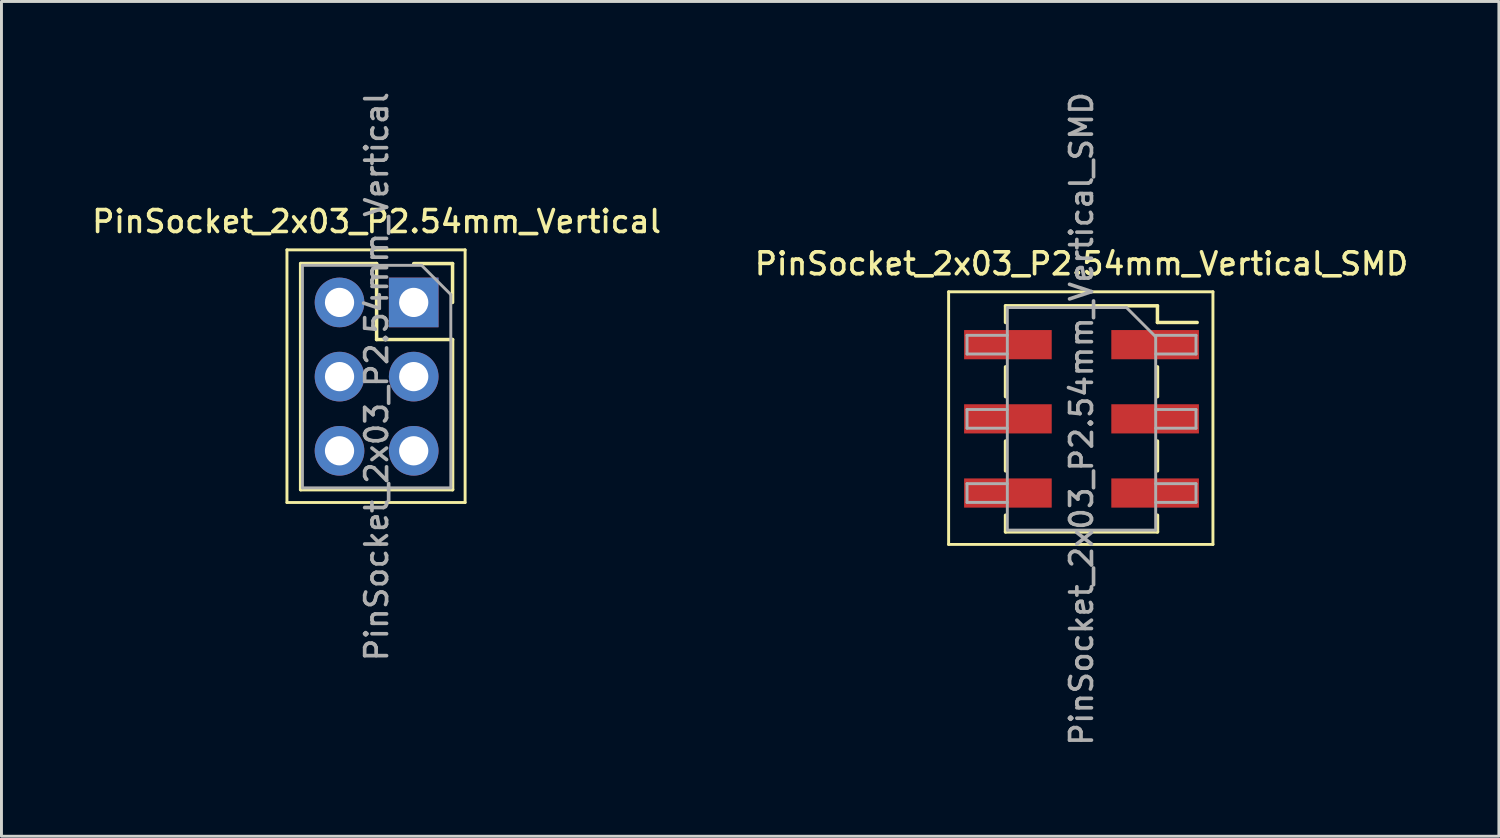
<source format=kicad_pcb>
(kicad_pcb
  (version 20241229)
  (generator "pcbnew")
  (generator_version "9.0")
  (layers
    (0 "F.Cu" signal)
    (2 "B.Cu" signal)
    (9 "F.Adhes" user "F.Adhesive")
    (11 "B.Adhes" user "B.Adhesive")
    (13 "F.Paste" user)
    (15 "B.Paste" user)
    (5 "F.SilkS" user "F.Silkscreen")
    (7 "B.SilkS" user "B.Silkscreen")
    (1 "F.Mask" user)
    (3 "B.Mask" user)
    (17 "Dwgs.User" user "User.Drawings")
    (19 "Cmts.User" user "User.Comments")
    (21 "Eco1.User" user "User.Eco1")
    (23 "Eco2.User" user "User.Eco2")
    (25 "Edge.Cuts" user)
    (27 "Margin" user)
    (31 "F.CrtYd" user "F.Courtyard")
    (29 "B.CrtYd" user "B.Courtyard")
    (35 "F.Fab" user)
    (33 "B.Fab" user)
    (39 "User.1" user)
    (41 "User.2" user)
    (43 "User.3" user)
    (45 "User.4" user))
  (footprint "PinSocket_2x03_P2.54mm_Vertical_SMD"
    (layer "F.Cu")
    (at 33.98 11.291)
    (property "Reference" "PinSocket_2x03_P2.54mm_Vertical_SMD" (at 0 -5.31 0) (layer "F.SilkS") (effects (font (size 0.75 0.75) (thickness 0.125))))
    (attr smd)
    (fp_line (start -4.55 -4.35) (end 4.5 -4.35) (stroke (width 0.1) (type solid)) (layer "F.SilkS"))
    (fp_line (start -4.55 4.3) (end -4.55 -4.35) (stroke (width 0.1) (type solid)) (layer "F.SilkS"))
    (fp_line (start -2.6 -3.87) (end -2.6 -3.3) (stroke (width 0.12) (type solid)) (layer "F.SilkS"))
    (fp_line (start -2.6 -3.87) (end 2.6 -3.87) (stroke (width 0.12) (type solid)) (layer "F.SilkS"))
    (fp_line (start -2.6 -1.78) (end -2.6 -0.76) (stroke (width 0.12) (type solid)) (layer "F.SilkS"))
    (fp_line (start -2.6 0.76) (end -2.6 1.78) (stroke (width 0.12) (type solid)) (layer "F.SilkS"))
    (fp_line (start -2.6 3.3) (end -2.6 3.87) (stroke (width 0.12) (type solid)) (layer "F.SilkS"))
    (fp_line (start -2.6 3.87) (end 2.6 3.87) (stroke (width 0.12) (type solid)) (layer "F.SilkS"))
    (fp_line (start 2.6 -3.87) (end 2.6 -3.3) (stroke (width 0.12) (type solid)) (layer "F.SilkS"))
    (fp_line (start 2.6 -3.3) (end 3.96 -3.3) (stroke (width 0.12) (type solid)) (layer "F.SilkS"))
    (fp_line (start 2.6 -1.78) (end 2.6 -0.76) (stroke (width 0.12) (type solid)) (layer "F.SilkS"))
    (fp_line (start 2.6 0.76) (end 2.6 1.78) (stroke (width 0.12) (type solid)) (layer "F.SilkS"))
    (fp_line (start 2.6 3.3) (end 2.6 3.87) (stroke (width 0.12) (type solid)) (layer "F.SilkS"))
    (fp_line (start 4.5 -4.35) (end 4.5 4.3) (stroke (width 0.1) (type solid)) (layer "F.SilkS"))
    (fp_line (start 4.5 4.3) (end -4.55 4.3) (stroke (width 0.1) (type solid)) (layer "F.SilkS"))
    (fp_line (start -3.92 -2.86) (end -2.54 -2.86) (stroke (width 0.1) (type solid)) (layer "F.Fab"))
    (fp_line (start -3.92 -2.22) (end -3.92 -2.86) (stroke (width 0.1) (type solid)) (layer "F.Fab"))
    (fp_line (start -3.92 -0.32) (end -2.54 -0.32) (stroke (width 0.1) (type solid)) (layer "F.Fab"))
    (fp_line (start -3.92 0.32) (end -3.92 -0.32) (stroke (width 0.1) (type solid)) (layer "F.Fab"))
    (fp_line (start -3.92 2.22) (end -2.54 2.22) (stroke (width 0.1) (type solid)) (layer "F.Fab"))
    (fp_line (start -3.92 2.86) (end -3.92 2.22) (stroke (width 0.1) (type solid)) (layer "F.Fab"))
    (fp_line (start -2.54 -3.81) (end 1.54 -3.81) (stroke (width 0.1) (type solid)) (layer "F.Fab"))
    (fp_line (start -2.54 -2.22) (end -3.92 -2.22) (stroke (width 0.1) (type solid)) (layer "F.Fab"))
    (fp_line (start -2.54 0.32) (end -3.92 0.32) (stroke (width 0.1) (type solid)) (layer "F.Fab"))
    (fp_line (start -2.54 2.86) (end -3.92 2.86) (stroke (width 0.1) (type solid)) (layer "F.Fab"))
    (fp_line (start -2.54 3.81) (end -2.54 -3.81) (stroke (width 0.1) (type solid)) (layer "F.Fab"))
    (fp_line (start 1.54 -3.81) (end 2.54 -2.81) (stroke (width 0.1) (type solid)) (layer "F.Fab"))
    (fp_line (start 2.54 -2.86) (end 3.92 -2.86) (stroke (width 0.1) (type solid)) (layer "F.Fab"))
    (fp_line (start 2.54 -2.81) (end 2.54 3.81) (stroke (width 0.1) (type solid)) (layer "F.Fab"))
    (fp_line (start 2.54 -0.32) (end 3.92 -0.32) (stroke (width 0.1) (type solid)) (layer "F.Fab"))
    (fp_line (start 2.54 2.22) (end 3.92 2.22) (stroke (width 0.1) (type solid)) (layer "F.Fab"))
    (fp_line (start 2.54 3.81) (end -2.54 3.81) (stroke (width 0.1) (type solid)) (layer "F.Fab"))
    (fp_line (start 3.92 -2.86) (end 3.92 -2.22) (stroke (width 0.1) (type solid)) (layer "F.Fab"))
    (fp_line (start 3.92 -2.22) (end 2.54 -2.22) (stroke (width 0.1) (type solid)) (layer "F.Fab"))
    (fp_line (start 3.92 -0.32) (end 3.92 0.32) (stroke (width 0.1) (type solid)) (layer "F.Fab"))
    (fp_line (start 3.92 0.32) (end 2.54 0.32) (stroke (width 0.1) (type solid)) (layer "F.Fab"))
    (fp_line (start 3.92 2.22) (end 3.92 2.86) (stroke (width 0.1) (type solid)) (layer "F.Fab"))
    (fp_line (start 3.92 2.86) (end 2.54 2.86) (stroke (width 0.1) (type solid)) (layer "F.Fab"))
    (fp_text user "${REFERENCE}" (at 0 0 90) (layer "F.Fab") (effects (font (size 0.75 0.75) (thickness 0.125))))
    (pad "1" smd rect (at 2.52 -2.54) (size 3 1) (layers "F.Cu" "F.Mask" "F.Paste"))
    (pad "2" smd rect (at -2.52 -2.54) (size 3 1) (layers "F.Cu" "F.Mask" "F.Paste"))
    (pad "3" smd rect (at 2.52 0) (size 3 1) (layers "F.Cu" "F.Mask" "F.Paste"))
    (pad "4" smd rect (at -2.52 0) (size 3 1) (layers "F.Cu" "F.Mask" "F.Paste"))
    (pad "5" smd rect (at 2.52 2.54) (size 3 1) (layers "F.Cu" "F.Mask" "F.Paste"))
    (pad "6" smd rect (at -2.52 2.54) (size 3 1) (layers "F.Cu" "F.Mask" "F.Paste")))
  (footprint "PinSocket_2x03_P2.54mm_Vertical"
    (layer "F.Cu")
    (at 11.115 7.305)
    (property "Reference" "PinSocket_2x03_P2.54mm_Vertical" (at -1.27 -2.77 0) (layer "F.SilkS") (effects (font (size 0.75 0.75) (thickness 0.125))))
    (attr through_hole)
    (fp_line (start -4.34 -1.8) (end 1.76 -1.8) (stroke (width 0.1) (type solid)) (layer "F.SilkS"))
    (fp_line (start -4.34 6.85) (end -4.34 -1.8) (stroke (width 0.1) (type solid)) (layer "F.SilkS"))
    (fp_line (start -3.87 -1.33) (end -3.87 6.41) (stroke (width 0.12) (type solid)) (layer "F.SilkS"))
    (fp_line (start -3.87 -1.33) (end -1.27 -1.33) (stroke (width 0.12) (type solid)) (layer "F.SilkS"))
    (fp_line (start -3.87 6.41) (end 1.33 6.41) (stroke (width 0.12) (type solid)) (layer "F.SilkS"))
    (fp_line (start -1.27 -1.33) (end -1.27 1.27) (stroke (width 0.12) (type solid)) (layer "F.SilkS"))
    (fp_line (start -1.27 1.27) (end 1.33 1.27) (stroke (width 0.12) (type solid)) (layer "F.SilkS"))
    (fp_line (start 0 -1.33) (end 1.33 -1.33) (stroke (width 0.12) (type solid)) (layer "F.SilkS"))
    (fp_line (start 1.33 -1.33) (end 1.33 0) (stroke (width 0.12) (type solid)) (layer "F.SilkS"))
    (fp_line (start 1.33 1.27) (end 1.33 6.41) (stroke (width 0.12) (type solid)) (layer "F.SilkS"))
    (fp_line (start 1.76 -1.8) (end 1.76 6.85) (stroke (width 0.1) (type solid)) (layer "F.SilkS"))
    (fp_line (start 1.76 6.85) (end -4.34 6.85) (stroke (width 0.1) (type solid)) (layer "F.SilkS"))
    (fp_line (start -3.81 -1.27) (end 0.27 -1.27) (stroke (width 0.1) (type solid)) (layer "F.Fab"))
    (fp_line (start -3.81 6.35) (end -3.81 -1.27) (stroke (width 0.1) (type solid)) (layer "F.Fab"))
    (fp_line (start 0.27 -1.27) (end 1.27 -0.27) (stroke (width 0.1) (type solid)) (layer "F.Fab"))
    (fp_line (start 1.27 -0.27) (end 1.27 6.35) (stroke (width 0.1) (type solid)) (layer "F.Fab"))
    (fp_line (start 1.27 6.35) (end -3.81 6.35) (stroke (width 0.1) (type solid)) (layer "F.Fab"))
    (fp_text user "${REFERENCE}" (at -1.27 2.54 90) (layer "F.Fab") (effects (font (size 0.75 0.75) (thickness 0.125))))
    (pad "1" thru_hole rect (at 0 0) (size 1.7 1.7) (drill 1) (layers "*.Cu" "*.Mask"))
    (pad "2" thru_hole oval (at -2.54 0) (size 1.7 1.7) (drill 1) (layers "*.Cu" "*.Mask"))
    (pad "3" thru_hole oval (at 0 2.54) (size 1.7 1.7) (drill 1) (layers "*.Cu" "*.Mask"))
    (pad "4" thru_hole oval (at -2.54 2.54) (size 1.7 1.7) (drill 1) (layers "*.Cu" "*.Mask"))
    (pad "5" thru_hole oval (at 0 5.08) (size 1.7 1.7) (drill 1) (layers "*.Cu" "*.Mask"))
    (pad "6" thru_hole oval (at -2.54 5.08) (size 1.7 1.7) (drill 1) (layers "*.Cu" "*.Mask")))
  (gr_rect
    (start -3 -3)
    (end 48.271 25.582)
    (stroke (width 0.1) (type default))
    (fill no)
    (layer "Edge.Cuts")))
</source>
